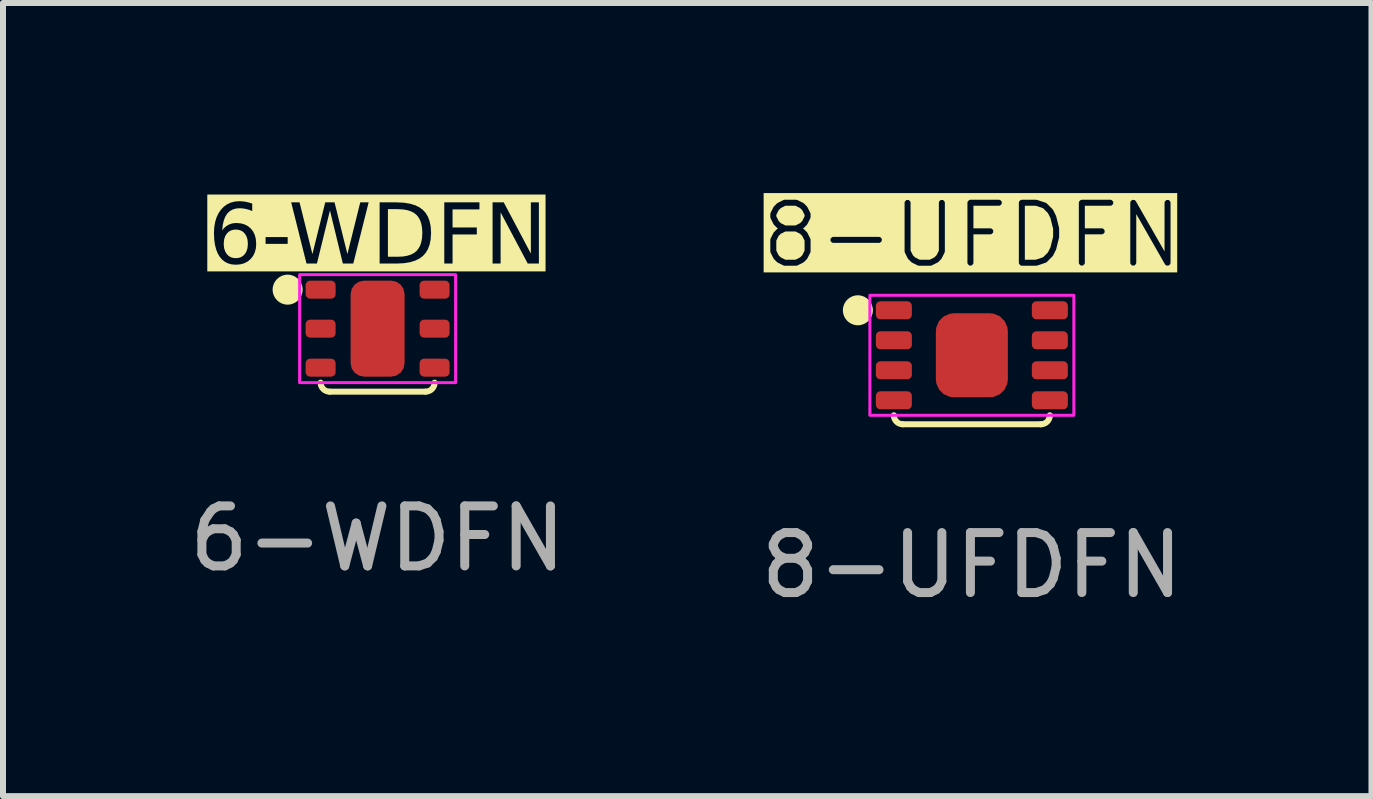
<source format=kicad_pcb>
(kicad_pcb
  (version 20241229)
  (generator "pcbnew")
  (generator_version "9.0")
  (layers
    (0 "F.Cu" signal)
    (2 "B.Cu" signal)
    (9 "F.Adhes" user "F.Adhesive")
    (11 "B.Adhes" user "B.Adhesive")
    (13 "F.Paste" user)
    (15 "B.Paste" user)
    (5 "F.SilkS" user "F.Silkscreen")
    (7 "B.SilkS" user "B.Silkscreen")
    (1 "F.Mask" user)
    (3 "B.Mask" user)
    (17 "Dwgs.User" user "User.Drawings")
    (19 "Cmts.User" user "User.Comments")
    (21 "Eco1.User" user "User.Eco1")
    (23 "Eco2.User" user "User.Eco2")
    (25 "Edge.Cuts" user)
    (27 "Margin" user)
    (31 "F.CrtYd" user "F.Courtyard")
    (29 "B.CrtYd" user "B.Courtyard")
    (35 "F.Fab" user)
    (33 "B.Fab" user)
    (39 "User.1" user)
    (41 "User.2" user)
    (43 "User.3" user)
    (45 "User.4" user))
  (footprint "6-WDFN"
    (layer "F.Cu")
    (at 3.244 2.428)
    (property "Reference" "6-WDFN" (at 0 -1.5 0) (unlocked yes) (layer "F.SilkS" knockout) (effects (font (face "Futura") (size 1 1) (thickness 0.1))))
    (attr through_hole)
    (fp_line (start -0.8 1.05) (end 0.8 1.05) (stroke (width 0.1) (type default)) (layer "F.SilkS"))
    (fp_arc (start -0.8 1.05) (mid -0.906066 1.006066) (end -0.95 0.9) (stroke (width 0.1) (type default)) (layer "F.SilkS"))
    (fp_arc (start 0.95 0.9) (mid 0.906066 1.006066) (end 0.8 1.05) (stroke (width 0.1) (type default)) (layer "F.SilkS"))
    (fp_circle (center -1.5 -0.65) (end -1.3 -0.65) (stroke (width 0.1) (type solid)) (fill yes) (layer "F.SilkS"))
    (fp_rect (start -1.3 -0.9) (end 1.3 0.9) (stroke (width 0.05) (type default)) (fill no) (layer "F.CrtYd"))
    (fp_text user "${REFERENCE}" (at 0 3.5 0) (unlocked yes) (layer "F.Fab") (effects (font (size 1 1) (thickness 0.15))))
    (pad "1" smd roundrect (at -0.95 -0.65) (size 0.5 0.3) (layers "F.Cu" "F.Mask" "F.Paste") (roundrect_rratio 0.25))
    (pad "2" smd roundrect (at -0.95 0) (size 0.5 0.3) (layers "F.Cu" "F.Mask" "F.Paste") (roundrect_rratio 0.25))
    (pad "3" smd roundrect (at -0.95 0.65) (size 0.5 0.3) (layers "F.Cu" "F.Mask" "F.Paste") (roundrect_rratio 0.25))
    (pad "4" smd roundrect (at 0.95 0.65) (size 0.5 0.3) (layers "F.Cu" "F.Mask" "F.Paste") (roundrect_rratio 0.25))
    (pad "5" smd roundrect (at 0.95 0) (size 0.5 0.3) (layers "F.Cu" "F.Mask" "F.Paste") (roundrect_rratio 0.25))
    (pad "6" smd roundrect (at 0.95 -0.65) (size 0.5 0.3) (layers "F.Cu" "F.Mask" "F.Paste") (roundrect_rratio 0.25))
    (pad "7" smd roundrect (at 0 0) (size 0.9 1.6) (layers "F.Cu" "F.Mask" "F.Paste") (roundrect_rratio 0.25)))
  (footprint "8-UFDFN"
    (layer "F.Cu")
    (at 13.149 2.872)
    (property "Reference" "8-UFDFN" (at 0 -2 0) (unlocked yes) (layer "F.SilkS" knockout) (effects (font (size 1 1) (thickness 0.1))))
    (attr through_hole)
    (fp_line (start -1.15 1.15) (end 1.15 1.15) (stroke (width 0.1) (type default)) (layer "F.SilkS"))
    (fp_arc (start -1.15 1.15) (mid -1.256066 1.106066) (end -1.3 1) (stroke (width 0.1) (type default)) (layer "F.SilkS"))
    (fp_arc (start 1.3 1) (mid 1.256066 1.106066) (end 1.15 1.15) (stroke (width 0.1) (type default)) (layer "F.SilkS"))
    (fp_circle (center -1.9 -0.75) (end -1.7 -0.75) (stroke (width 0.1) (type solid)) (fill yes) (layer "F.SilkS"))
    (fp_rect (start -1.7 -1) (end 1.7 1) (stroke (width 0.05) (type default)) (fill no) (layer "F.CrtYd"))
    (fp_text user "${REFERENCE}" (at 0 3.5 0) (unlocked yes) (layer "F.Fab") (effects (font (size 1 1) (thickness 0.15))))
    (pad "1" smd roundrect (at -1.3 -0.75) (size 0.6 0.3) (layers "F.Cu" "F.Mask" "F.Paste") (roundrect_rratio 0.25))
    (pad "2" smd roundrect (at -1.3 -0.25) (size 0.6 0.3) (layers "F.Cu" "F.Mask" "F.Paste") (roundrect_rratio 0.25))
    (pad "3" smd roundrect (at -1.3 0.25) (size 0.6 0.3) (layers "F.Cu" "F.Mask" "F.Paste") (roundrect_rratio 0.25))
    (pad "4" smd roundrect (at -1.3 0.75) (size 0.6 0.3) (layers "F.Cu" "F.Mask" "F.Paste") (roundrect_rratio 0.25))
    (pad "5" smd roundrect (at 1.3 0.75) (size 0.6 0.3) (layers "F.Cu" "F.Mask" "F.Paste") (roundrect_rratio 0.25))
    (pad "6" smd roundrect (at 1.3 0.25) (size 0.6 0.3) (layers "F.Cu" "F.Mask" "F.Paste") (roundrect_rratio 0.25))
    (pad "7" smd roundrect (at 1.3 -0.25) (size 0.6 0.3) (layers "F.Cu" "F.Mask" "F.Paste") (roundrect_rratio 0.25))
    (pad "8" smd roundrect (at 1.3 -0.75) (size 0.6 0.3) (layers "F.Cu" "F.Mask" "F.Paste") (roundrect_rratio 0.25))
    (pad "9" smd roundrect (at 0 0) (size 1.2 1.4) (layers "F.Cu" "F.Mask" "F.Paste") (roundrect_rratio 0.25)))
  (gr_rect
    (start -3 -3)
    (end 19.81 10.22)
    (stroke (width 0.1) (type default))
    (fill no)
    (layer "Edge.Cuts")))
</source>
